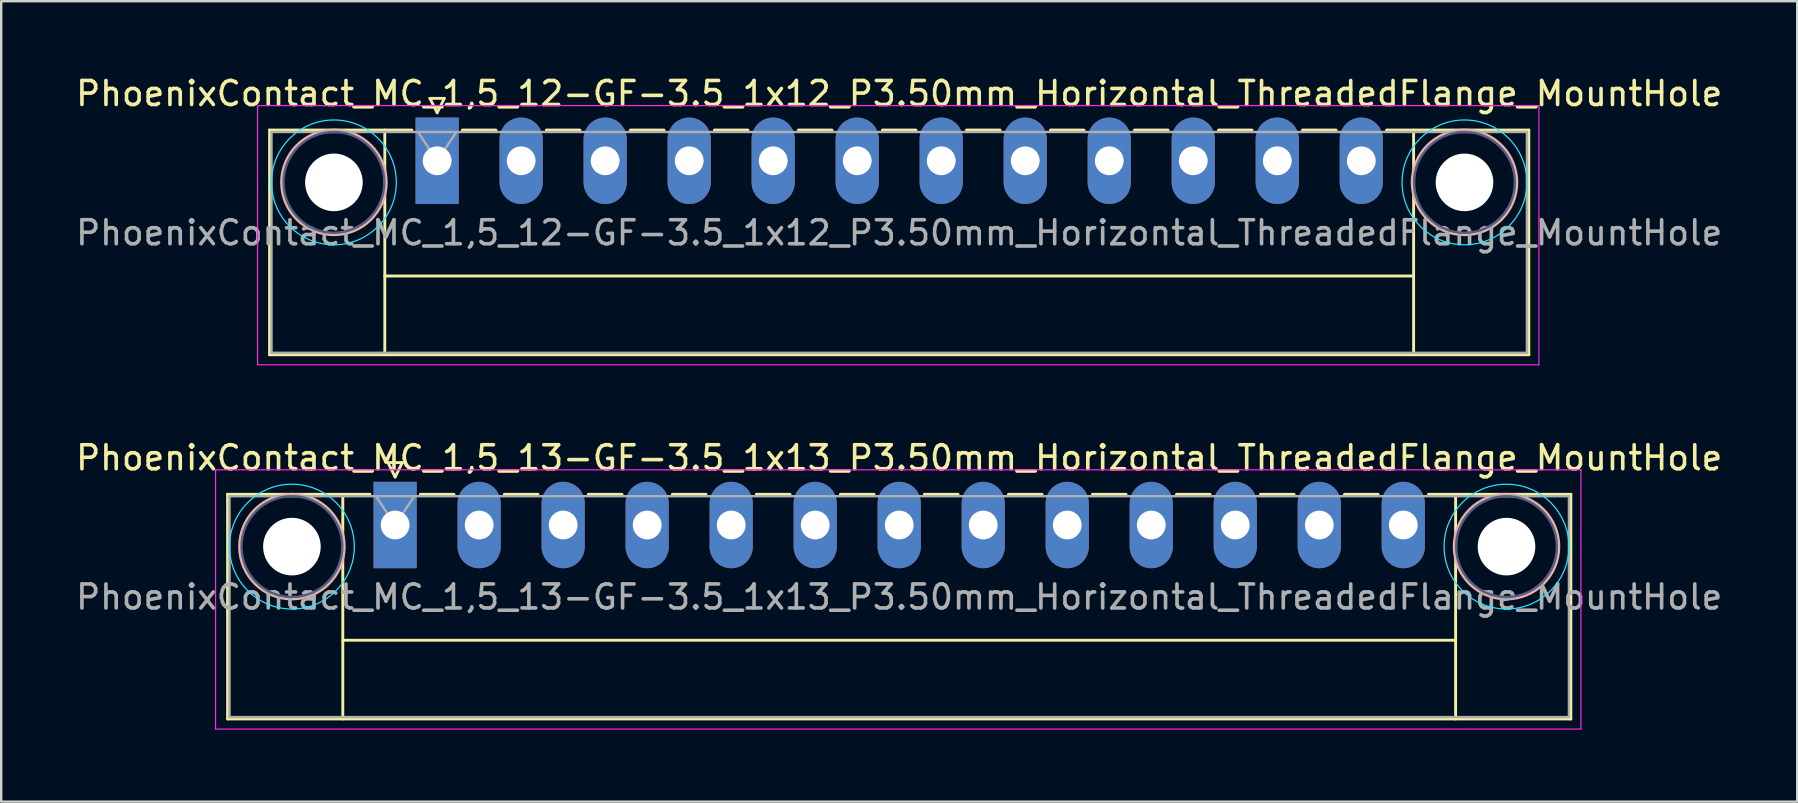
<source format=kicad_pcb>
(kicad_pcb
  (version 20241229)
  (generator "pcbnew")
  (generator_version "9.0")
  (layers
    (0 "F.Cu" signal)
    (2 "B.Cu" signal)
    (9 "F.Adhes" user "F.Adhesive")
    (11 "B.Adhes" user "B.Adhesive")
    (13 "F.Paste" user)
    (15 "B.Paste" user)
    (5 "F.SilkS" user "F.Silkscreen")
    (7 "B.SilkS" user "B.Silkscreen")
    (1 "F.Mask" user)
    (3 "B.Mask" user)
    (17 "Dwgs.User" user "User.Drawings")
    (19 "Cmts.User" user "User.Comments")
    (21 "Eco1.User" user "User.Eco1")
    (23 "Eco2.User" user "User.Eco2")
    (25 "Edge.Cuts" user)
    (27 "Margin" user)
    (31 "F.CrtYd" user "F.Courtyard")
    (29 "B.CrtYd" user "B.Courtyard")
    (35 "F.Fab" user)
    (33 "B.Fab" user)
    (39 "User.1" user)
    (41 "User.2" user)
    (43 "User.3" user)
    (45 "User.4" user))
  (footprint "PhoenixContact_MC_1,5_12-GF-3.5_1x12_P3.50mm_Horizontal_ThreadedFlange_MountHole"
    (layer "F.Cu")
    (at 15.161 3.648)
    (property "Reference" "PhoenixContact_MC_1,5_12-GF-3.5_1x12_P3.50mm_Horizontal_ThreadedFlange_MountHole" (at 19.25 -2.8 0) (layer "F.SilkS") (effects (font (size 1 1) (thickness 0.15))))
    (attr through_hole)
    (fp_line (start -6.98 -1.28) (end -6.98 8.08) (stroke (width 0.12) (type solid)) (layer "F.SilkS"))
    (fp_line (start -6.98 -1.28) (end -1.05 -1.28) (stroke (width 0.12) (type solid)) (layer "F.SilkS"))
    (fp_line (start -6.98 8.08) (end 45.48 8.08) (stroke (width 0.12) (type solid)) (layer "F.SilkS"))
    (fp_line (start -2.18 -1.28) (end -2.18 8.08) (stroke (width 0.12) (type solid)) (layer "F.SilkS"))
    (fp_line (start -2.18 4.8) (end 40.68 4.8) (stroke (width 0.12) (type solid)) (layer "F.SilkS"))
    (fp_line (start -0.3 -2.6) (end 0.3 -2.6) (stroke (width 0.12) (type solid)) (layer "F.SilkS"))
    (fp_line (start 0 -2) (end -0.3 -2.6) (stroke (width 0.12) (type solid)) (layer "F.SilkS"))
    (fp_line (start 0.3 -2.6) (end 0 -2) (stroke (width 0.12) (type solid)) (layer "F.SilkS"))
    (fp_line (start 1.05 -1.28) (end 2.45 -1.28) (stroke (width 0.12) (type solid)) (layer "F.SilkS"))
    (fp_line (start 4.55 -1.28) (end 5.95 -1.28) (stroke (width 0.12) (type solid)) (layer "F.SilkS"))
    (fp_line (start 8.05 -1.28) (end 9.45 -1.28) (stroke (width 0.12) (type solid)) (layer "F.SilkS"))
    (fp_line (start 11.55 -1.28) (end 12.95 -1.28) (stroke (width 0.12) (type solid)) (layer "F.SilkS"))
    (fp_line (start 15.05 -1.28) (end 16.45 -1.28) (stroke (width 0.12) (type solid)) (layer "F.SilkS"))
    (fp_line (start 18.55 -1.28) (end 19.95 -1.28) (stroke (width 0.12) (type solid)) (layer "F.SilkS"))
    (fp_line (start 22.05 -1.28) (end 23.45 -1.28) (stroke (width 0.12) (type solid)) (layer "F.SilkS"))
    (fp_line (start 25.55 -1.28) (end 26.95 -1.28) (stroke (width 0.12) (type solid)) (layer "F.SilkS"))
    (fp_line (start 29.05 -1.28) (end 30.45 -1.28) (stroke (width 0.12) (type solid)) (layer "F.SilkS"))
    (fp_line (start 32.55 -1.28) (end 33.95 -1.28) (stroke (width 0.12) (type solid)) (layer "F.SilkS"))
    (fp_line (start 36.05 -1.28) (end 37.45 -1.28) (stroke (width 0.12) (type solid)) (layer "F.SilkS"))
    (fp_line (start 40.68 -1.28) (end 40.68 8.08) (stroke (width 0.12) (type solid)) (layer "F.SilkS"))
    (fp_line (start 45.48 -1.28) (end 39.55 -1.28) (stroke (width 0.12) (type solid)) (layer "F.SilkS"))
    (fp_line (start 45.48 8.08) (end 45.48 -1.28) (stroke (width 0.12) (type solid)) (layer "F.SilkS"))
    (fp_circle (center -4.3 0.9) (end -2.12 0.9) (stroke (width 0.12) (type solid)) (fill no) (layer "B.SilkS"))
    (fp_circle (center 42.8 0.9) (end 44.98 0.9) (stroke (width 0.12) (type solid)) (fill no) (layer "B.SilkS"))
    (fp_circle (center -4.3 0.9) (end -1.7 0.9) (stroke (width 0.05) (type solid)) (fill no) (layer "B.CrtYd"))
    (fp_circle (center 42.8 0.9) (end 45.4 0.9) (stroke (width 0.05) (type solid)) (fill no) (layer "B.CrtYd"))
    (fp_line (start -7.48 -2.3) (end -7.48 8.5) (stroke (width 0.05) (type solid)) (layer "F.CrtYd"))
    (fp_line (start -7.48 8.5) (end 45.9 8.5) (stroke (width 0.05) (type solid)) (layer "F.CrtYd"))
    (fp_line (start 45.9 -2.3) (end -7.48 -2.3) (stroke (width 0.05) (type solid)) (layer "F.CrtYd"))
    (fp_line (start 45.9 8.5) (end 45.9 -2.3) (stroke (width 0.05) (type solid)) (layer "F.CrtYd"))
    (fp_circle (center -4.3 0.9) (end -2.2 0.9) (stroke (width 0.1) (type solid)) (fill no) (layer "B.Fab"))
    (fp_circle (center 42.8 0.9) (end 44.9 0.9) (stroke (width 0.1) (type solid)) (fill no) (layer "B.Fab"))
    (fp_line (start -6.9 -1.2) (end -6.9 8) (stroke (width 0.1) (type solid)) (layer "F.Fab"))
    (fp_line (start -6.9 8) (end 45.4 8) (stroke (width 0.1) (type solid)) (layer "F.Fab"))
    (fp_line (start 0 0) (end -0.8 -1.2) (stroke (width 0.1) (type solid)) (layer "F.Fab"))
    (fp_line (start 0.8 -1.2) (end 0 0) (stroke (width 0.1) (type solid)) (layer "F.Fab"))
    (fp_line (start 45.4 -1.2) (end -6.9 -1.2) (stroke (width 0.1) (type solid)) (layer "F.Fab"))
    (fp_line (start 45.4 8) (end 45.4 -1.2) (stroke (width 0.1) (type solid)) (layer "F.Fab"))
    (fp_text user "${REFERENCE}" (at 19.25 3 0) (layer "F.Fab") (effects (font (size 1 1) (thickness 0.15))))
    (pad "" np_thru_hole circle (at -4.3 0.9) (size 2.4 2.4) (drill 2.4) (layers "*.Cu" "*.Mask"))
    (pad "" np_thru_hole circle (at 42.8 0.9) (size 2.4 2.4) (drill 2.4) (layers "*.Cu" "*.Mask"))
    (pad "1" thru_hole rect (at 0 0) (size 1.8 3.6) (drill 1.2) (layers "*.Cu" "*.Mask"))
    (pad "2" thru_hole oval (at 3.5 0) (size 1.8 3.6) (drill 1.2) (layers "*.Cu" "*.Mask"))
    (pad "3" thru_hole oval (at 7 0) (size 1.8 3.6) (drill 1.2) (layers "*.Cu" "*.Mask"))
    (pad "4" thru_hole oval (at 10.5 0) (size 1.8 3.6) (drill 1.2) (layers "*.Cu" "*.Mask"))
    (pad "5" thru_hole oval (at 14 0) (size 1.8 3.6) (drill 1.2) (layers "*.Cu" "*.Mask"))
    (pad "6" thru_hole oval (at 17.5 0) (size 1.8 3.6) (drill 1.2) (layers "*.Cu" "*.Mask"))
    (pad "7" thru_hole oval (at 21 0) (size 1.8 3.6) (drill 1.2) (layers "*.Cu" "*.Mask"))
    (pad "8" thru_hole oval (at 24.5 0) (size 1.8 3.6) (drill 1.2) (layers "*.Cu" "*.Mask"))
    (pad "9" thru_hole oval (at 28 0) (size 1.8 3.6) (drill 1.2) (layers "*.Cu" "*.Mask"))
    (pad "10" thru_hole oval (at 31.5 0) (size 1.8 3.6) (drill 1.2) (layers "*.Cu" "*.Mask"))
    (pad "11" thru_hole oval (at 35 0) (size 1.8 3.6) (drill 1.2) (layers "*.Cu" "*.Mask"))
    (pad "12" thru_hole oval (at 38.5 0) (size 1.8 3.6) (drill 1.2) (layers "*.Cu" "*.Mask")))
  (footprint "PhoenixContact_MC_1,5_13-GF-3.5_1x13_P3.50mm_Horizontal_ThreadedFlange_MountHole"
    (layer "F.Cu")
    (at 13.411 18.822)
    (property "Reference" "PhoenixContact_MC_1,5_13-GF-3.5_1x13_P3.50mm_Horizontal_ThreadedFlange_MountHole" (at 21 -2.8 0) (layer "F.SilkS") (effects (font (size 1 1) (thickness 0.15))))
    (attr through_hole)
    (fp_line (start -6.98 -1.28) (end -6.98 8.08) (stroke (width 0.12) (type solid)) (layer "F.SilkS"))
    (fp_line (start -6.98 -1.28) (end -1.05 -1.28) (stroke (width 0.12) (type solid)) (layer "F.SilkS"))
    (fp_line (start -6.98 8.08) (end 48.98 8.08) (stroke (width 0.12) (type solid)) (layer "F.SilkS"))
    (fp_line (start -2.18 -1.28) (end -2.18 8.08) (stroke (width 0.12) (type solid)) (layer "F.SilkS"))
    (fp_line (start -2.18 4.8) (end 44.18 4.8) (stroke (width 0.12) (type solid)) (layer "F.SilkS"))
    (fp_line (start -0.3 -2.6) (end 0.3 -2.6) (stroke (width 0.12) (type solid)) (layer "F.SilkS"))
    (fp_line (start 0 -2) (end -0.3 -2.6) (stroke (width 0.12) (type solid)) (layer "F.SilkS"))
    (fp_line (start 0.3 -2.6) (end 0 -2) (stroke (width 0.12) (type solid)) (layer "F.SilkS"))
    (fp_line (start 1.05 -1.28) (end 2.45 -1.28) (stroke (width 0.12) (type solid)) (layer "F.SilkS"))
    (fp_line (start 4.55 -1.28) (end 5.95 -1.28) (stroke (width 0.12) (type solid)) (layer "F.SilkS"))
    (fp_line (start 8.05 -1.28) (end 9.45 -1.28) (stroke (width 0.12) (type solid)) (layer "F.SilkS"))
    (fp_line (start 11.55 -1.28) (end 12.95 -1.28) (stroke (width 0.12) (type solid)) (layer "F.SilkS"))
    (fp_line (start 15.05 -1.28) (end 16.45 -1.28) (stroke (width 0.12) (type solid)) (layer "F.SilkS"))
    (fp_line (start 18.55 -1.28) (end 19.95 -1.28) (stroke (width 0.12) (type solid)) (layer "F.SilkS"))
    (fp_line (start 22.05 -1.28) (end 23.45 -1.28) (stroke (width 0.12) (type solid)) (layer "F.SilkS"))
    (fp_line (start 25.55 -1.28) (end 26.95 -1.28) (stroke (width 0.12) (type solid)) (layer "F.SilkS"))
    (fp_line (start 29.05 -1.28) (end 30.45 -1.28) (stroke (width 0.12) (type solid)) (layer "F.SilkS"))
    (fp_line (start 32.55 -1.28) (end 33.95 -1.28) (stroke (width 0.12) (type solid)) (layer "F.SilkS"))
    (fp_line (start 36.05 -1.28) (end 37.45 -1.28) (stroke (width 0.12) (type solid)) (layer "F.SilkS"))
    (fp_line (start 39.55 -1.28) (end 40.95 -1.28) (stroke (width 0.12) (type solid)) (layer "F.SilkS"))
    (fp_line (start 44.18 -1.28) (end 44.18 8.08) (stroke (width 0.12) (type solid)) (layer "F.SilkS"))
    (fp_line (start 48.98 -1.28) (end 43.05 -1.28) (stroke (width 0.12) (type solid)) (layer "F.SilkS"))
    (fp_line (start 48.98 8.08) (end 48.98 -1.28) (stroke (width 0.12) (type solid)) (layer "F.SilkS"))
    (fp_circle (center -4.3 0.9) (end -2.12 0.9) (stroke (width 0.12) (type solid)) (fill no) (layer "B.SilkS"))
    (fp_circle (center 46.3 0.9) (end 48.48 0.9) (stroke (width 0.12) (type solid)) (fill no) (layer "B.SilkS"))
    (fp_circle (center -4.3 0.9) (end -1.7 0.9) (stroke (width 0.05) (type solid)) (fill no) (layer "B.CrtYd"))
    (fp_circle (center 46.3 0.9) (end 48.9 0.9) (stroke (width 0.05) (type solid)) (fill no) (layer "B.CrtYd"))
    (fp_line (start -7.48 -2.3) (end -7.48 8.5) (stroke (width 0.05) (type solid)) (layer "F.CrtYd"))
    (fp_line (start -7.48 8.5) (end 49.4 8.5) (stroke (width 0.05) (type solid)) (layer "F.CrtYd"))
    (fp_line (start 49.4 -2.3) (end -7.48 -2.3) (stroke (width 0.05) (type solid)) (layer "F.CrtYd"))
    (fp_line (start 49.4 8.5) (end 49.4 -2.3) (stroke (width 0.05) (type solid)) (layer "F.CrtYd"))
    (fp_circle (center -4.3 0.9) (end -2.2 0.9) (stroke (width 0.1) (type solid)) (fill no) (layer "B.Fab"))
    (fp_circle (center 46.3 0.9) (end 48.4 0.9) (stroke (width 0.1) (type solid)) (fill no) (layer "B.Fab"))
    (fp_line (start -6.9 -1.2) (end -6.9 8) (stroke (width 0.1) (type solid)) (layer "F.Fab"))
    (fp_line (start -6.9 8) (end 48.9 8) (stroke (width 0.1) (type solid)) (layer "F.Fab"))
    (fp_line (start 0 0) (end -0.8 -1.2) (stroke (width 0.1) (type solid)) (layer "F.Fab"))
    (fp_line (start 0.8 -1.2) (end 0 0) (stroke (width 0.1) (type solid)) (layer "F.Fab"))
    (fp_line (start 48.9 -1.2) (end -6.9 -1.2) (stroke (width 0.1) (type solid)) (layer "F.Fab"))
    (fp_line (start 48.9 8) (end 48.9 -1.2) (stroke (width 0.1) (type solid)) (layer "F.Fab"))
    (fp_text user "${REFERENCE}" (at 21 3 0) (layer "F.Fab") (effects (font (size 1 1) (thickness 0.15))))
    (pad "" np_thru_hole circle (at -4.3 0.9) (size 2.4 2.4) (drill 2.4) (layers "*.Cu" "*.Mask"))
    (pad "" np_thru_hole circle (at 46.3 0.9) (size 2.4 2.4) (drill 2.4) (layers "*.Cu" "*.Mask"))
    (pad "1" thru_hole rect (at 0 0) (size 1.8 3.6) (drill 1.2) (layers "*.Cu" "*.Mask"))
    (pad "2" thru_hole oval (at 3.5 0) (size 1.8 3.6) (drill 1.2) (layers "*.Cu" "*.Mask"))
    (pad "3" thru_hole oval (at 7 0) (size 1.8 3.6) (drill 1.2) (layers "*.Cu" "*.Mask"))
    (pad "4" thru_hole oval (at 10.5 0) (size 1.8 3.6) (drill 1.2) (layers "*.Cu" "*.Mask"))
    (pad "5" thru_hole oval (at 14 0) (size 1.8 3.6) (drill 1.2) (layers "*.Cu" "*.Mask"))
    (pad "6" thru_hole oval (at 17.5 0) (size 1.8 3.6) (drill 1.2) (layers "*.Cu" "*.Mask"))
    (pad "7" thru_hole oval (at 21 0) (size 1.8 3.6) (drill 1.2) (layers "*.Cu" "*.Mask"))
    (pad "8" thru_hole oval (at 24.5 0) (size 1.8 3.6) (drill 1.2) (layers "*.Cu" "*.Mask"))
    (pad "9" thru_hole oval (at 28 0) (size 1.8 3.6) (drill 1.2) (layers "*.Cu" "*.Mask"))
    (pad "10" thru_hole oval (at 31.5 0) (size 1.8 3.6) (drill 1.2) (layers "*.Cu" "*.Mask"))
    (pad "11" thru_hole oval (at 35 0) (size 1.8 3.6) (drill 1.2) (layers "*.Cu" "*.Mask"))
    (pad "12" thru_hole oval (at 38.5 0) (size 1.8 3.6) (drill 1.2) (layers "*.Cu" "*.Mask"))
    (pad "13" thru_hole oval (at 42 0) (size 1.8 3.6) (drill 1.2) (layers "*.Cu" "*.Mask")))
  (gr_rect
    (start -3 -3)
    (end 71.821 30.346)
    (stroke (width 0.1) (type default))
    (fill no)
    (layer "Edge.Cuts")))
</source>
